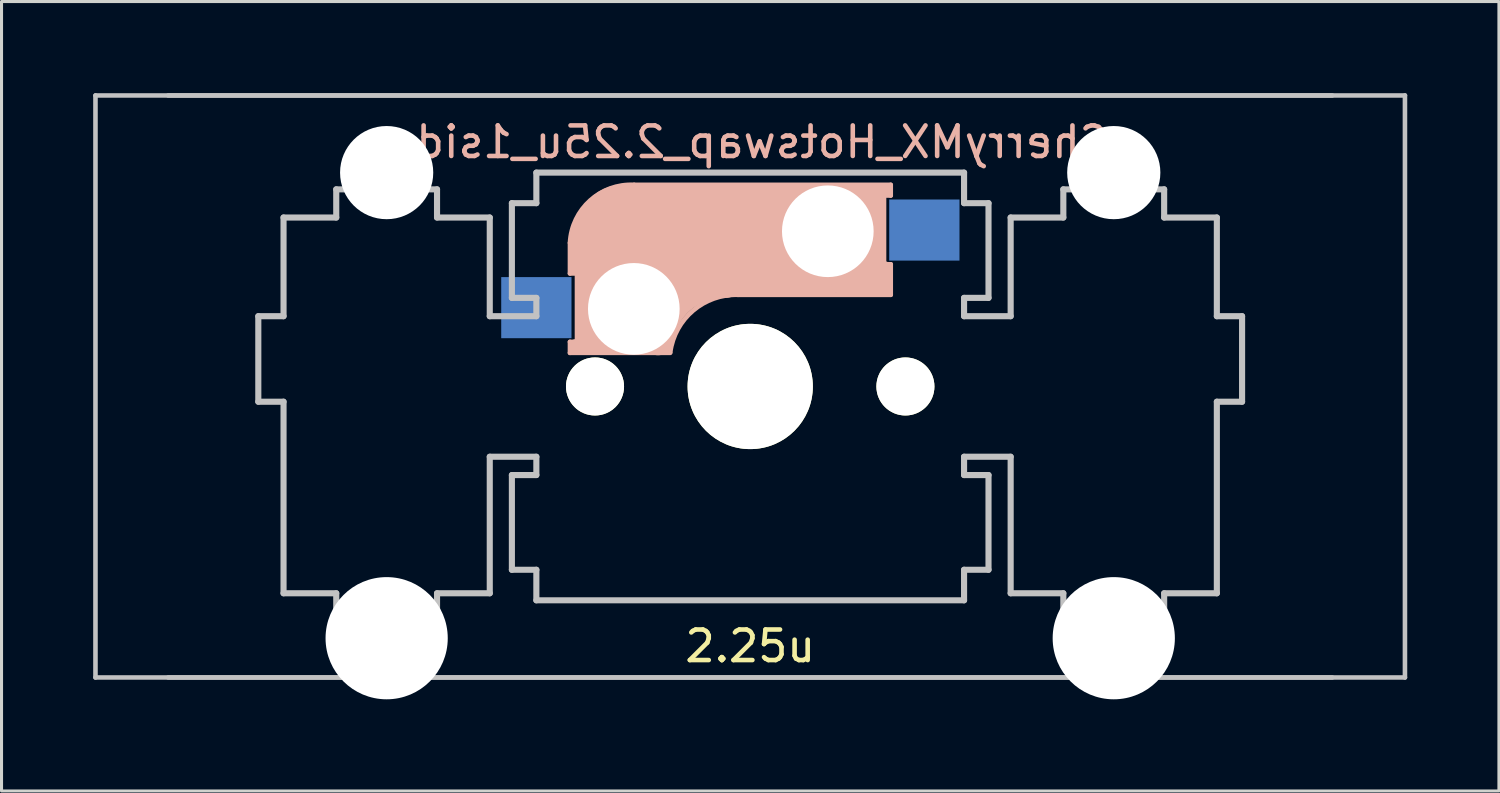
<source format=kicad_pcb>
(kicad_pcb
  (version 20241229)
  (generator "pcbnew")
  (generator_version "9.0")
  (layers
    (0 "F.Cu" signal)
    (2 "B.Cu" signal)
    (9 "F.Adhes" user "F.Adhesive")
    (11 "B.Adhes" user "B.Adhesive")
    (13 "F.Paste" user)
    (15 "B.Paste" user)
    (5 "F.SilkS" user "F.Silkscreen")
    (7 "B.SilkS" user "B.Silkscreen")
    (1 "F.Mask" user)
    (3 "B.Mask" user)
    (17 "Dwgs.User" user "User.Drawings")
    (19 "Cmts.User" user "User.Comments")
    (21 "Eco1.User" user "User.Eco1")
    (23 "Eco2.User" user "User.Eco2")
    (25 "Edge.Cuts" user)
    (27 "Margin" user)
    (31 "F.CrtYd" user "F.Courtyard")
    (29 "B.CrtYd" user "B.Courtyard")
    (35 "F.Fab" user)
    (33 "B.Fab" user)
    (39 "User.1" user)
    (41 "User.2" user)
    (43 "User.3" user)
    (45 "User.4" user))
  (footprint "CherryMX_Hotswap_2.25u_1side"
    (layer "F.Cu")
    (at 21.506 9.6)
    (property "Reference" "CherryMX_Hotswap_2.25u_1side" (at 0 -8 0) (layer "B.SilkS") (effects (font (size 1 1) (thickness 0.15)) (justify mirror)))
    (attr through_hole)
    (fp_line (start -7 -7) (end -6 -7) (stroke (width 0.15) (type solid)) (layer "F.SilkS"))
    (fp_line (start -7 -6) (end -7 -7) (stroke (width 0.15) (type solid)) (layer "F.SilkS"))
    (fp_line (start -7 6) (end -7 7) (stroke (width 0.15) (type solid)) (layer "F.SilkS"))
    (fp_line (start -7 7) (end -6 7) (stroke (width 0.15) (type solid)) (layer "F.SilkS"))
    (fp_line (start 6 7) (end 7 7) (stroke (width 0.15) (type solid)) (layer "F.SilkS"))
    (fp_line (start 7 -7) (end 6 -7) (stroke (width 0.15) (type solid)) (layer "F.SilkS"))
    (fp_line (start 7 -7) (end 7 -6) (stroke (width 0.15) (type solid)) (layer "F.SilkS"))
    (fp_line (start 7 7) (end 7 6) (stroke (width 0.15) (type solid)) (layer "F.SilkS"))
    (fp_line (start -5.9 -4.7) (end -5.9 -3.7) (stroke (width 0.15) (type solid)) (layer "B.SilkS"))
    (fp_line (start -5.9 -3.7) (end -5.7 -3.7) (stroke (width 0.15) (type solid)) (layer "B.SilkS"))
    (fp_line (start -5.9 -1.1) (end -5.9 -1.46) (stroke (width 0.15) (type solid)) (layer "B.SilkS"))
    (fp_line (start -5.9 -1.1) (end -2.62 -1.1) (stroke (width 0.15) (type solid)) (layer "B.SilkS"))
    (fp_line (start -5.8 -3.8) (end -5.8 -4.7) (stroke (width 0.3) (type solid)) (layer "B.SilkS"))
    (fp_line (start -5.7 -1.46) (end -5.9 -1.46) (stroke (width 0.15) (type solid)) (layer "B.SilkS"))
    (fp_line (start -5.7 -1.3) (end -3 -1.3) (stroke (width 0.5) (type solid)) (layer "B.SilkS"))
    (fp_line (start -5.67 -3.7) (end -5.67 -1.46) (stroke (width 0.15) (type solid)) (layer "B.SilkS"))
    (fp_line (start -5.3 -1.6) (end -5.3 -3.4) (stroke (width 0.8) (type solid)) (layer "B.SilkS"))
    (fp_line (start -4.17 -5.1) (end -4.17 -2.86) (stroke (width 3) (type solid)) (layer "B.SilkS"))
    (fp_line (start -0.4 -3) (end 4.6 -3) (stroke (width 0.15) (type solid)) (layer "B.SilkS"))
    (fp_line (start 2.6 -4.8) (end -4.1 -4.8) (stroke (width 3.5) (type solid)) (layer "B.SilkS"))
    (fp_line (start 3.9 -6) (end 3.9 -3.5) (stroke (width 1) (type solid)) (layer "B.SilkS"))
    (fp_line (start 4.3 -3.3) (end 2.9 -3.3) (stroke (width 0.5) (type solid)) (layer "B.SilkS"))
    (fp_line (start 4.38 -4) (end 4.38 -6.25) (stroke (width 0.15) (type solid)) (layer "B.SilkS"))
    (fp_line (start 4.4 -6.4) (end 3 -6.4) (stroke (width 0.4) (type solid)) (layer "B.SilkS"))
    (fp_line (start 4.4 -6.25) (end 4.6 -6.25) (stroke (width 0.15) (type solid)) (layer "B.SilkS"))
    (fp_line (start 4.4 -3.9) (end 4.4 -3.2) (stroke (width 0.4) (type solid)) (layer "B.SilkS"))
    (fp_line (start 4.6 -6.6) (end -3.8 -6.6) (stroke (width 0.15) (type solid)) (layer "B.SilkS"))
    (fp_line (start 4.6 -6.25) (end 4.6 -6.6) (stroke (width 0.15) (type solid)) (layer "B.SilkS"))
    (fp_line (start 4.6 -4) (end 4.4 -4) (stroke (width 0.15) (type solid)) (layer "B.SilkS"))
    (fp_line (start 4.6 -3) (end 4.6 -4) (stroke (width 0.15) (type solid)) (layer "B.SilkS"))
    (fp_arc (start -5.9 -4.699999) (mid -5.243504 -6.084924) (end -3.800001 -6.6) (stroke (width 0.15) (type solid)) (layer "B.SilkS"))
    (fp_arc (start -3.016318 -1.521471) (mid -2.268709 -2.886118) (end -0.8 -3.4) (stroke (width 1) (type solid)) (layer "B.SilkS"))
    (fp_arc (start -2.616318 -1.121471) (mid -1.868709 -2.486118) (end -0.4 -3) (stroke (width 0.15) (type solid)) (layer "B.SilkS"))
    (fp_line (start -21.431 -9.525) (end 21.431 -9.525) (stroke (width 0.15) (type solid)) (layer "Dwgs.User"))
    (fp_line (start -21.431 9.525) (end -21.431 -9.525) (stroke (width 0.15) (type solid)) (layer "Dwgs.User"))
    (fp_line (start -19.05 -9.525) (end 19.05 -9.525) (stroke (width 0.15) (type solid)) (layer "Dwgs.User"))
    (fp_line (start -16.101 -2.3) (end -16.101 0.499) (stroke (width 0.2) (type solid)) (layer "Dwgs.User"))
    (fp_line (start -16.101 0.499) (end -15.275 0.499) (stroke (width 0.2) (type solid)) (layer "Dwgs.User"))
    (fp_line (start -15.275 -5.53) (end -15.275 -2.3) (stroke (width 0.2) (type solid)) (layer "Dwgs.User"))
    (fp_line (start -15.275 -2.3) (end -16.101 -2.3) (stroke (width 0.2) (type solid)) (layer "Dwgs.User"))
    (fp_line (start -15.275 0.499) (end -15.275 6.769) (stroke (width 0.2) (type solid)) (layer "Dwgs.User"))
    (fp_line (start -15.275 6.769) (end -13.55 6.769) (stroke (width 0.2) (type solid)) (layer "Dwgs.User"))
    (fp_line (start -13.55 -6.452) (end -13.55 -5.53) (stroke (width 0.2) (type solid)) (layer "Dwgs.User"))
    (fp_line (start -13.55 -5.53) (end -15.275 -5.53) (stroke (width 0.2) (type solid)) (layer "Dwgs.User"))
    (fp_line (start -13.55 6.769) (end -13.55 7.75) (stroke (width 0.2) (type solid)) (layer "Dwgs.User"))
    (fp_line (start -13.55 7.75) (end -10.251 7.75) (stroke (width 0.2) (type solid)) (layer "Dwgs.User"))
    (fp_line (start -10.251 -6.452) (end -13.55 -6.452) (stroke (width 0.2) (type solid)) (layer "Dwgs.User"))
    (fp_line (start -10.251 -5.53) (end -10.251 -6.452) (stroke (width 0.2) (type solid)) (layer "Dwgs.User"))
    (fp_line (start -10.251 6.769) (end -8.525 6.769) (stroke (width 0.2) (type solid)) (layer "Dwgs.User"))
    (fp_line (start -10.251 7.75) (end -10.251 6.769) (stroke (width 0.2) (type solid)) (layer "Dwgs.User"))
    (fp_line (start -8.525 -5.53) (end -10.251 -5.53) (stroke (width 0.2) (type solid)) (layer "Dwgs.User"))
    (fp_line (start -8.525 -2.3) (end -8.525 -5.53) (stroke (width 0.2) (type solid)) (layer "Dwgs.User"))
    (fp_line (start -8.525 2.3) (end -7 2.3) (stroke (width 0.2) (type solid)) (layer "Dwgs.User"))
    (fp_line (start -8.525 6.769) (end -8.525 2.3) (stroke (width 0.2) (type solid)) (layer "Dwgs.User"))
    (fp_line (start -7.801 -6) (end -7.801 -2.9) (stroke (width 0.2) (type solid)) (layer "Dwgs.User"))
    (fp_line (start -7.801 -2.9) (end -7 -2.9) (stroke (width 0.2) (type solid)) (layer "Dwgs.User"))
    (fp_line (start -7.801 2.9) (end -7.801 6) (stroke (width 0.2) (type solid)) (layer "Dwgs.User"))
    (fp_line (start -7.801 6) (end -7 6) (stroke (width 0.2) (type solid)) (layer "Dwgs.User"))
    (fp_line (start -7 -7) (end -7 -6) (stroke (width 0.2) (type solid)) (layer "Dwgs.User"))
    (fp_line (start -7 -6) (end -7.801 -6) (stroke (width 0.2) (type solid)) (layer "Dwgs.User"))
    (fp_line (start -7 -2.9) (end -7 -2.3) (stroke (width 0.2) (type solid)) (layer "Dwgs.User"))
    (fp_line (start -7 -2.3) (end -8.525 -2.3) (stroke (width 0.2) (type solid)) (layer "Dwgs.User"))
    (fp_line (start -7 2.3) (end -7 2.9) (stroke (width 0.2) (type solid)) (layer "Dwgs.User"))
    (fp_line (start -7 2.9) (end -7.801 2.9) (stroke (width 0.2) (type solid)) (layer "Dwgs.User"))
    (fp_line (start -7 6) (end -7 6.999) (stroke (width 0.2) (type solid)) (layer "Dwgs.User"))
    (fp_line (start -7 6.999) (end 7 6.999) (stroke (width 0.2) (type solid)) (layer "Dwgs.User"))
    (fp_line (start 7 -7) (end -7 -7) (stroke (width 0.2) (type solid)) (layer "Dwgs.User"))
    (fp_line (start 7 -6) (end 7 -7) (stroke (width 0.2) (type solid)) (layer "Dwgs.User"))
    (fp_line (start 7 -2.9) (end 7.8 -2.9) (stroke (width 0.2) (type solid)) (layer "Dwgs.User"))
    (fp_line (start 7 -2.3) (end 7 -2.9) (stroke (width 0.2) (type solid)) (layer "Dwgs.User"))
    (fp_line (start 7 2.3) (end 8.525 2.3) (stroke (width 0.2) (type solid)) (layer "Dwgs.User"))
    (fp_line (start 7 2.9) (end 7 2.3) (stroke (width 0.2) (type solid)) (layer "Dwgs.User"))
    (fp_line (start 7 6) (end 7.8 6) (stroke (width 0.2) (type solid)) (layer "Dwgs.User"))
    (fp_line (start 7 6.999) (end 7 6) (stroke (width 0.2) (type solid)) (layer "Dwgs.User"))
    (fp_line (start 7.8 -6) (end 7 -6) (stroke (width 0.2) (type solid)) (layer "Dwgs.User"))
    (fp_line (start 7.8 -2.9) (end 7.8 -6) (stroke (width 0.2) (type solid)) (layer "Dwgs.User"))
    (fp_line (start 7.8 2.9) (end 7 2.9) (stroke (width 0.2) (type solid)) (layer "Dwgs.User"))
    (fp_line (start 7.8 6) (end 7.8 2.9) (stroke (width 0.2) (type solid)) (layer "Dwgs.User"))
    (fp_line (start 8.525 -5.53) (end 8.525 -2.3) (stroke (width 0.2) (type solid)) (layer "Dwgs.User"))
    (fp_line (start 8.525 -2.3) (end 7 -2.3) (stroke (width 0.2) (type solid)) (layer "Dwgs.User"))
    (fp_line (start 8.525 2.3) (end 8.525 6.769) (stroke (width 0.2) (type solid)) (layer "Dwgs.User"))
    (fp_line (start 8.525 6.769) (end 10.249 6.769) (stroke (width 0.2) (type solid)) (layer "Dwgs.User"))
    (fp_line (start 10.249 -6.452) (end 10.249 -5.53) (stroke (width 0.2) (type solid)) (layer "Dwgs.User"))
    (fp_line (start 10.249 -5.53) (end 8.525 -5.53) (stroke (width 0.2) (type solid)) (layer "Dwgs.User"))
    (fp_line (start 10.249 6.769) (end 10.249 7.75) (stroke (width 0.2) (type solid)) (layer "Dwgs.User"))
    (fp_line (start 10.249 7.75) (end 13.549 7.75) (stroke (width 0.2) (type solid)) (layer "Dwgs.User"))
    (fp_line (start 13.549 -6.452) (end 10.249 -6.452) (stroke (width 0.2) (type solid)) (layer "Dwgs.User"))
    (fp_line (start 13.549 -5.53) (end 13.549 -6.452) (stroke (width 0.2) (type solid)) (layer "Dwgs.User"))
    (fp_line (start 13.549 6.769) (end 15.274 6.769) (stroke (width 0.2) (type solid)) (layer "Dwgs.User"))
    (fp_line (start 13.549 7.75) (end 13.549 6.769) (stroke (width 0.2) (type solid)) (layer "Dwgs.User"))
    (fp_line (start 15.274 -5.53) (end 13.549 -5.53) (stroke (width 0.2) (type solid)) (layer "Dwgs.User"))
    (fp_line (start 15.274 -2.3) (end 15.274 -5.53) (stroke (width 0.2) (type solid)) (layer "Dwgs.User"))
    (fp_line (start 15.274 0.499) (end 16.1 0.499) (stroke (width 0.2) (type solid)) (layer "Dwgs.User"))
    (fp_line (start 15.274 6.769) (end 15.274 0.499) (stroke (width 0.2) (type solid)) (layer "Dwgs.User"))
    (fp_line (start 16.1 -2.3) (end 15.274 -2.3) (stroke (width 0.2) (type solid)) (layer "Dwgs.User"))
    (fp_line (start 16.1 0.499) (end 16.1 -2.3) (stroke (width 0.2) (type solid)) (layer "Dwgs.User"))
    (fp_line (start 19.05 9.525) (end -19.05 9.525) (stroke (width 0.15) (type solid)) (layer "Dwgs.User"))
    (fp_line (start 21.431 -9.525) (end 21.431 9.525) (stroke (width 0.15) (type solid)) (layer "Dwgs.User"))
    (fp_line (start 21.431 9.525) (end -21.431 9.525) (stroke (width 0.15) (type solid)) (layer "Dwgs.User"))
    (fp_text user "2.25u" (at 0 8.5 0) (layer "F.SilkS") (effects (font (size 1 1) (thickness 0.15))))
    (pad "" np_thru_hole circle (at -11.9 -7) (size 3.05 3.05) (drill 3.05) (layers "*.Cu" "*.Mask"))
    (pad "" np_thru_hole circle (at -11.9 8.24) (size 4 4) (drill 4) (layers "*.Cu" "*.Mask"))
    (pad "" np_thru_hole circle (at -5.08 0) (size 1.9 1.9) (drill 1.9) (layers "*.Cu" "*.Mask" "F.SilkS"))
    (pad "" np_thru_hole circle (at -3.81 -2.54 180) (size 3 3) (drill 3) (layers "*.Cu" "*.Mask"))
    (pad "" np_thru_hole circle (at 0 0 90) (size 4.1 4.1) (drill 4.1) (layers "*.Cu" "*.Mask" "F.SilkS"))
    (pad "" np_thru_hole circle (at 2.54 -5.08 180) (size 3 3) (drill 3) (layers "*.Cu" "*.Mask"))
    (pad "" np_thru_hole circle (at 5.08 0) (size 1.9 1.9) (drill 1.9) (layers "*.Cu" "*.Mask" "F.SilkS"))
    (pad "" np_thru_hole circle (at 11.9 -7) (size 3.05 3.05) (drill 3.05) (layers "*.Cu" "*.Mask"))
    (pad "" np_thru_hole circle (at 11.9 8.24) (size 4 4) (drill 4) (layers "*.Cu" "*.Mask"))
    (pad "1" smd rect (at -7 -2.58 180) (size 2.3 2) (layers "B.Cu" "B.Mask" "B.Paste"))
    (pad "2" smd rect (at 5.7 -5.12 180) (size 2.3 2) (layers "B.Cu" "B.Mask" "B.Paste")))
  (gr_rect
    (start -3 -3)
    (end 46.013 22.84)
    (stroke (width 0.1) (type default))
    (fill no)
    (layer "Edge.Cuts")))
</source>
